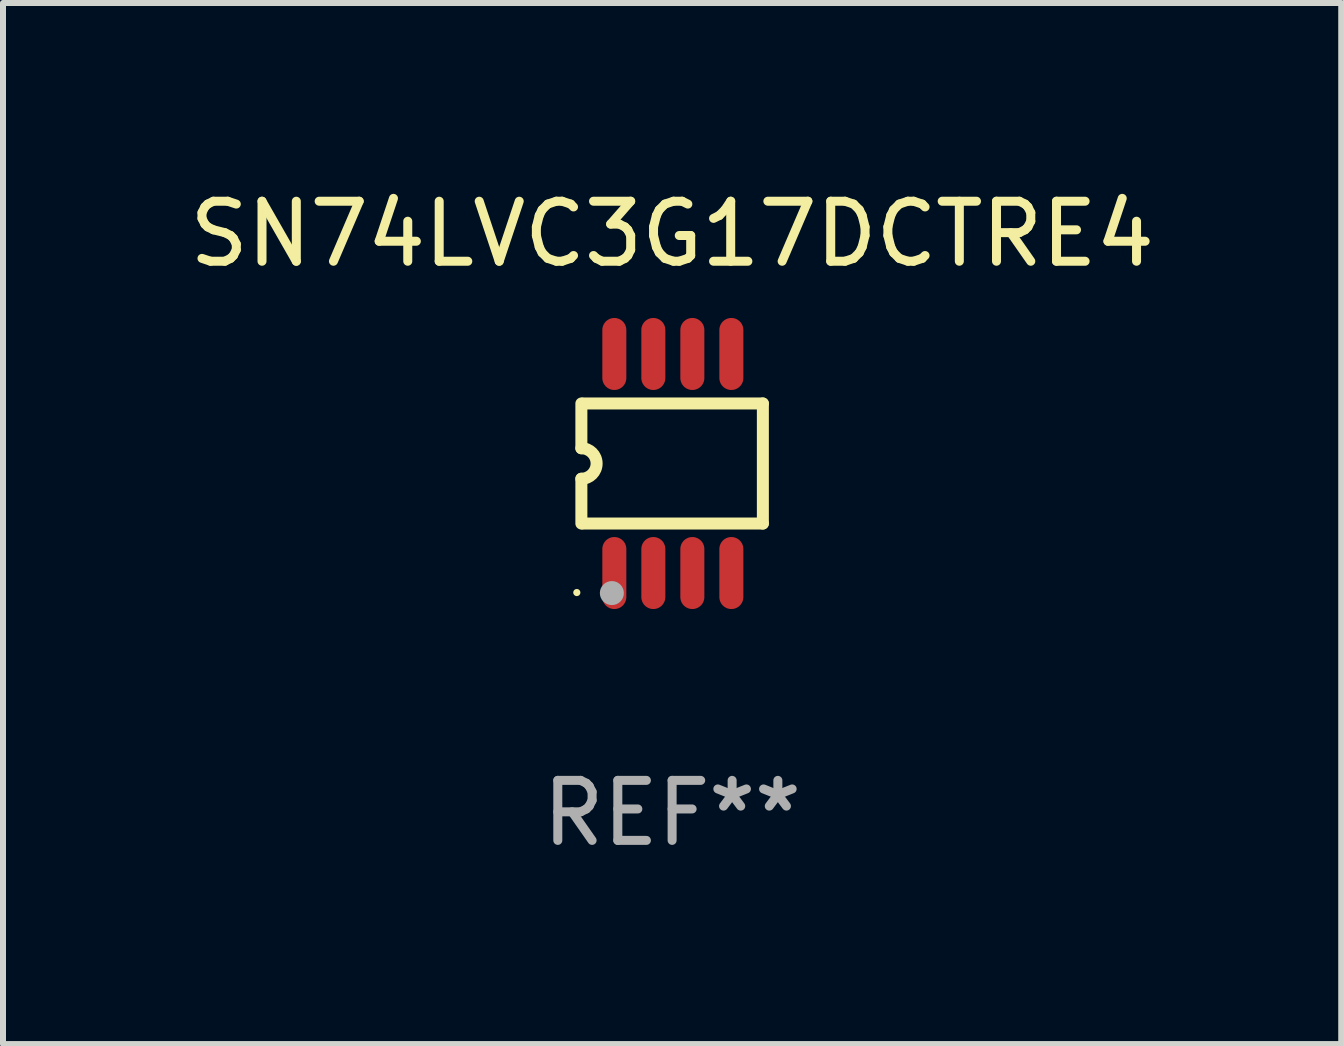
<source format=kicad_pcb>
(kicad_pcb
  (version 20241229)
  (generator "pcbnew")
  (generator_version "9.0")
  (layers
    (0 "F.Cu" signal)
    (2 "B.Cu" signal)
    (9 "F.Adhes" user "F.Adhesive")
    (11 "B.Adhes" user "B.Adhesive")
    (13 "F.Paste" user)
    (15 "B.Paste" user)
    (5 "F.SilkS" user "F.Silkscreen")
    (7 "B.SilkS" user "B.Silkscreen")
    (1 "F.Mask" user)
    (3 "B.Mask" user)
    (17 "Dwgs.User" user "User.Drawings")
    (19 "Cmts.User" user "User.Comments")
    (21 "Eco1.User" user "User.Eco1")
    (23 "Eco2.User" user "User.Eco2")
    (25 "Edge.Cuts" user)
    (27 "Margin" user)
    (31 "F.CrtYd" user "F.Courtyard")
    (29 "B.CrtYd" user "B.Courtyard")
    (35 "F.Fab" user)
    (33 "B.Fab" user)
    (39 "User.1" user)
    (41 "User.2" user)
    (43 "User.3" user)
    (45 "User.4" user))
  (footprint "SN74LVC3G17DCTRE4"
    (layer "F.Cu")
    (at 8.149 4.673)
    (property "Reference" "SN74LVC3G17DCTRE4" (at 0 -3.825 0) (layer "F.SilkS") (effects (font (size 1 1) (thickness 0.15))))
    (attr through_hole)
    (fp_line (start -1.512 -0.254) (end -1.512 -1) (stroke (width 0.2) (type solid)) (layer "F.SilkS"))
    (fp_line (start -1.512 0.254) (end -1.512 1) (stroke (width 0.2) (type solid)) (layer "F.SilkS"))
    (fp_line (start -1.488 -1) (end 1.512 -1) (stroke (width 0.2) (type solid)) (layer "F.SilkS"))
    (fp_line (start 1.512 -1) (end 1.512 1) (stroke (width 0.2) (type solid)) (layer "F.SilkS"))
    (fp_line (start 1.512 1) (end -1.488 1) (stroke (width 0.2) (type solid)) (layer "F.SilkS"))
    (fp_arc (start -1.512002 -0.254001) (mid -1.258001 0) (end -1.512002 0.254001) (stroke (width 0.2) (type solid)) (layer "F.SilkS"))
    (fp_circle (center -1.588 2.15) (end -1.558 2.15) (stroke (width 0.06) (type solid)) (fill no) (layer "F.SilkS"))
    (fp_circle (center -1.004 2.159) (end -0.904 2.159) (stroke (width 0.2) (type solid)) (fill no) (layer "F.Fab"))
    (fp_text user "REF**" (at 0 5.825 0) (layer "F.Fab") (effects (font (size 1 1) (thickness 0.15))))
    (pad "1" smd oval (at -0.963 1.825 270) (size 1.2 0.4) (layers "F.Cu" "F.Mask" "F.Paste"))
    (pad "2" smd oval (at -0.313 1.825 270) (size 1.2 0.4) (layers "F.Cu" "F.Mask" "F.Paste"))
    (pad "3" smd oval (at 0.337 1.825 270) (size 1.2 0.4) (layers "F.Cu" "F.Mask" "F.Paste"))
    (pad "4" smd oval (at 0.987 1.825 270) (size 1.2 0.4) (layers "F.Cu" "F.Mask" "F.Paste"))
    (pad "5" smd oval (at 0.987 -1.825 270) (size 1.2 0.4) (layers "F.Cu" "F.Mask" "F.Paste"))
    (pad "6" smd oval (at 0.337 -1.825 270) (size 1.2 0.4) (layers "F.Cu" "F.Mask" "F.Paste"))
    (pad "7" smd oval (at -0.313 -1.825 270) (size 1.2 0.4) (layers "F.Cu" "F.Mask" "F.Paste"))
    (pad "8" smd oval (at -0.963 -1.825 270) (size 1.2 0.4) (layers "F.Cu" "F.Mask" "F.Paste")))
  (gr_rect
    (start -3 -3)
    (end 19.298 14.346)
    (stroke (width 0.1) (type default))
    (fill no)
    (layer "Edge.Cuts")))
</source>
